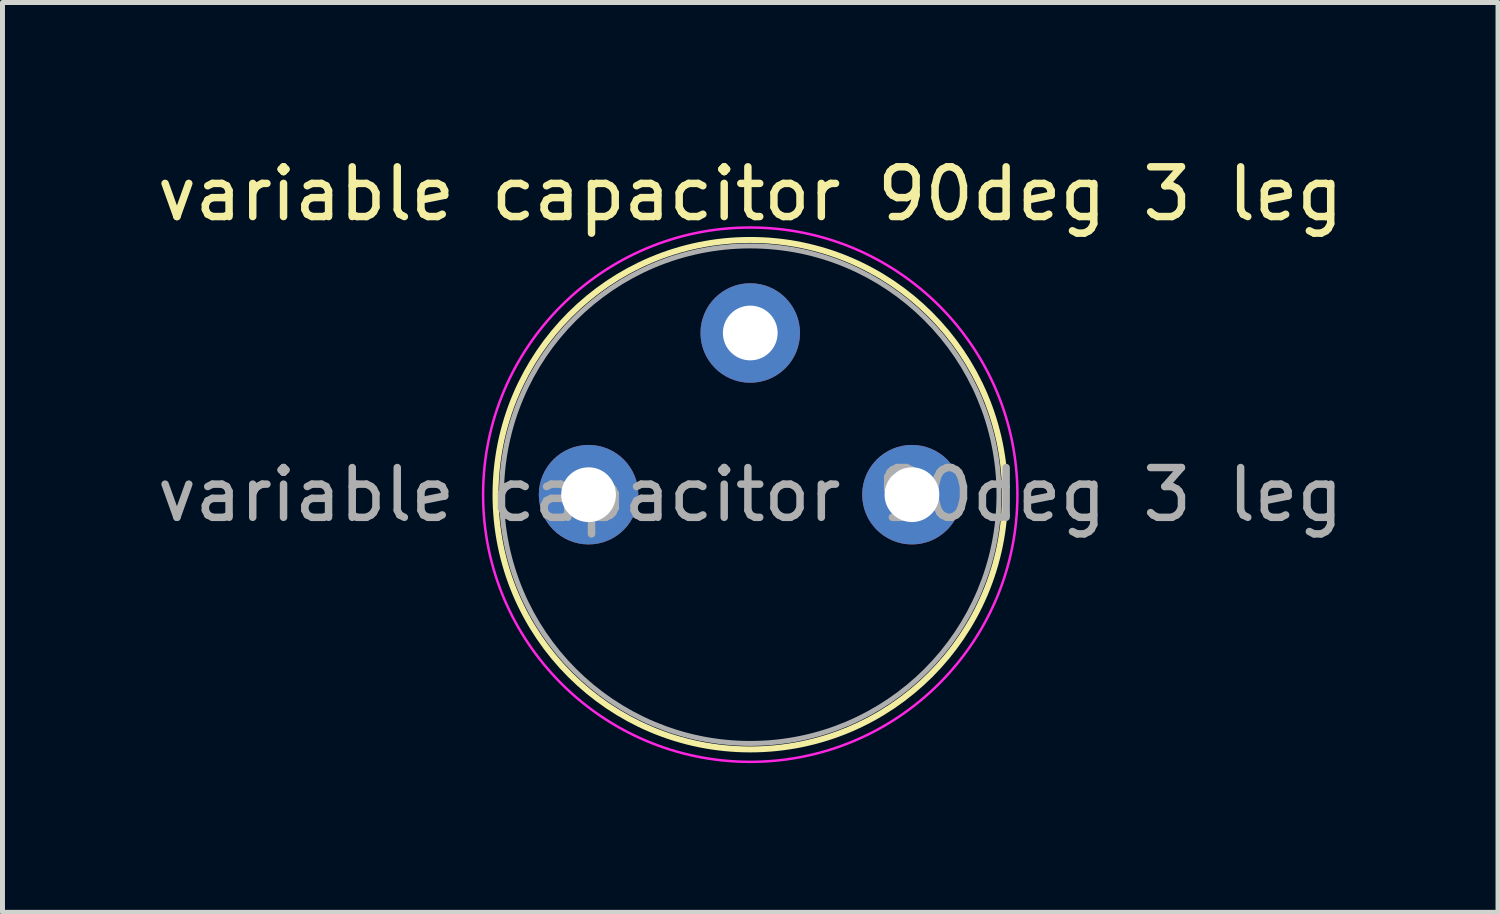
<source format=kicad_pcb>
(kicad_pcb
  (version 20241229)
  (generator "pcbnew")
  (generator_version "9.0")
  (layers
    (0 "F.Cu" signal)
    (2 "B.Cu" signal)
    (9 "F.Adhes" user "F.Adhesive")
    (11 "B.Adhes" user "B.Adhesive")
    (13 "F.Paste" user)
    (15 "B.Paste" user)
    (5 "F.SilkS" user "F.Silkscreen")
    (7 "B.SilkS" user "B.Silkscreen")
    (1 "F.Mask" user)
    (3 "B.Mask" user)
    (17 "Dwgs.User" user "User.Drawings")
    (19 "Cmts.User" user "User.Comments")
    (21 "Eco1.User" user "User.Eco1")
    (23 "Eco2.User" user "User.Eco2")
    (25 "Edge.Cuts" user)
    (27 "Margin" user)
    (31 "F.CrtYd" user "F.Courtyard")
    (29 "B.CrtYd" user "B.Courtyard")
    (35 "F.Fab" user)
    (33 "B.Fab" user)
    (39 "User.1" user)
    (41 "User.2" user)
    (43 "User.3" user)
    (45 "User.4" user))
  (footprint "variable capacitor 90deg 3 leg"
    (layer "F.Cu")
    (at 12.03 6.893)
    (property "Reference" "variable capacitor 90deg 3 leg" (at 0 -6.045 0) (layer "F.SilkS") (effects (font (size 1 1) (thickness 0.15))))
    (fp_circle (center 0 0) (end 0 5.12) (stroke (width 0.12) (type default)) (fill no) (layer "F.SilkS"))
    (fp_circle (center 0 0) (end 0 5.37) (stroke (width 0.05) (type default)) (fill no) (layer "F.CrtYd"))
    (fp_circle (center 0 0) (end 0 5) (stroke (width 0.1) (type default)) (fill no) (layer "F.Fab"))
    (fp_text user "${REFERENCE}" (at 0 0 0) (layer "F.Fab") (effects (font (size 1 1) (thickness 0.15))))
    (pad "1" thru_hole oval (at -3.25 0) (size 2 2) (drill 1.1) (layers "*.Cu" "*.Mask"))
    (pad "2" thru_hole oval (at 0 -3.25) (size 2 2) (drill 1.1) (layers "*.Cu" "*.Mask"))
    (pad "3" thru_hole oval (at 3.25 0) (size 2 2) (drill 1.1) (layers "*.Cu" "*.Mask")))
  (gr_rect
    (start -3 -3)
    (end 27.06 15.288)
    (stroke (width 0.1) (type default))
    (fill no)
    (layer "Edge.Cuts")))
</source>
